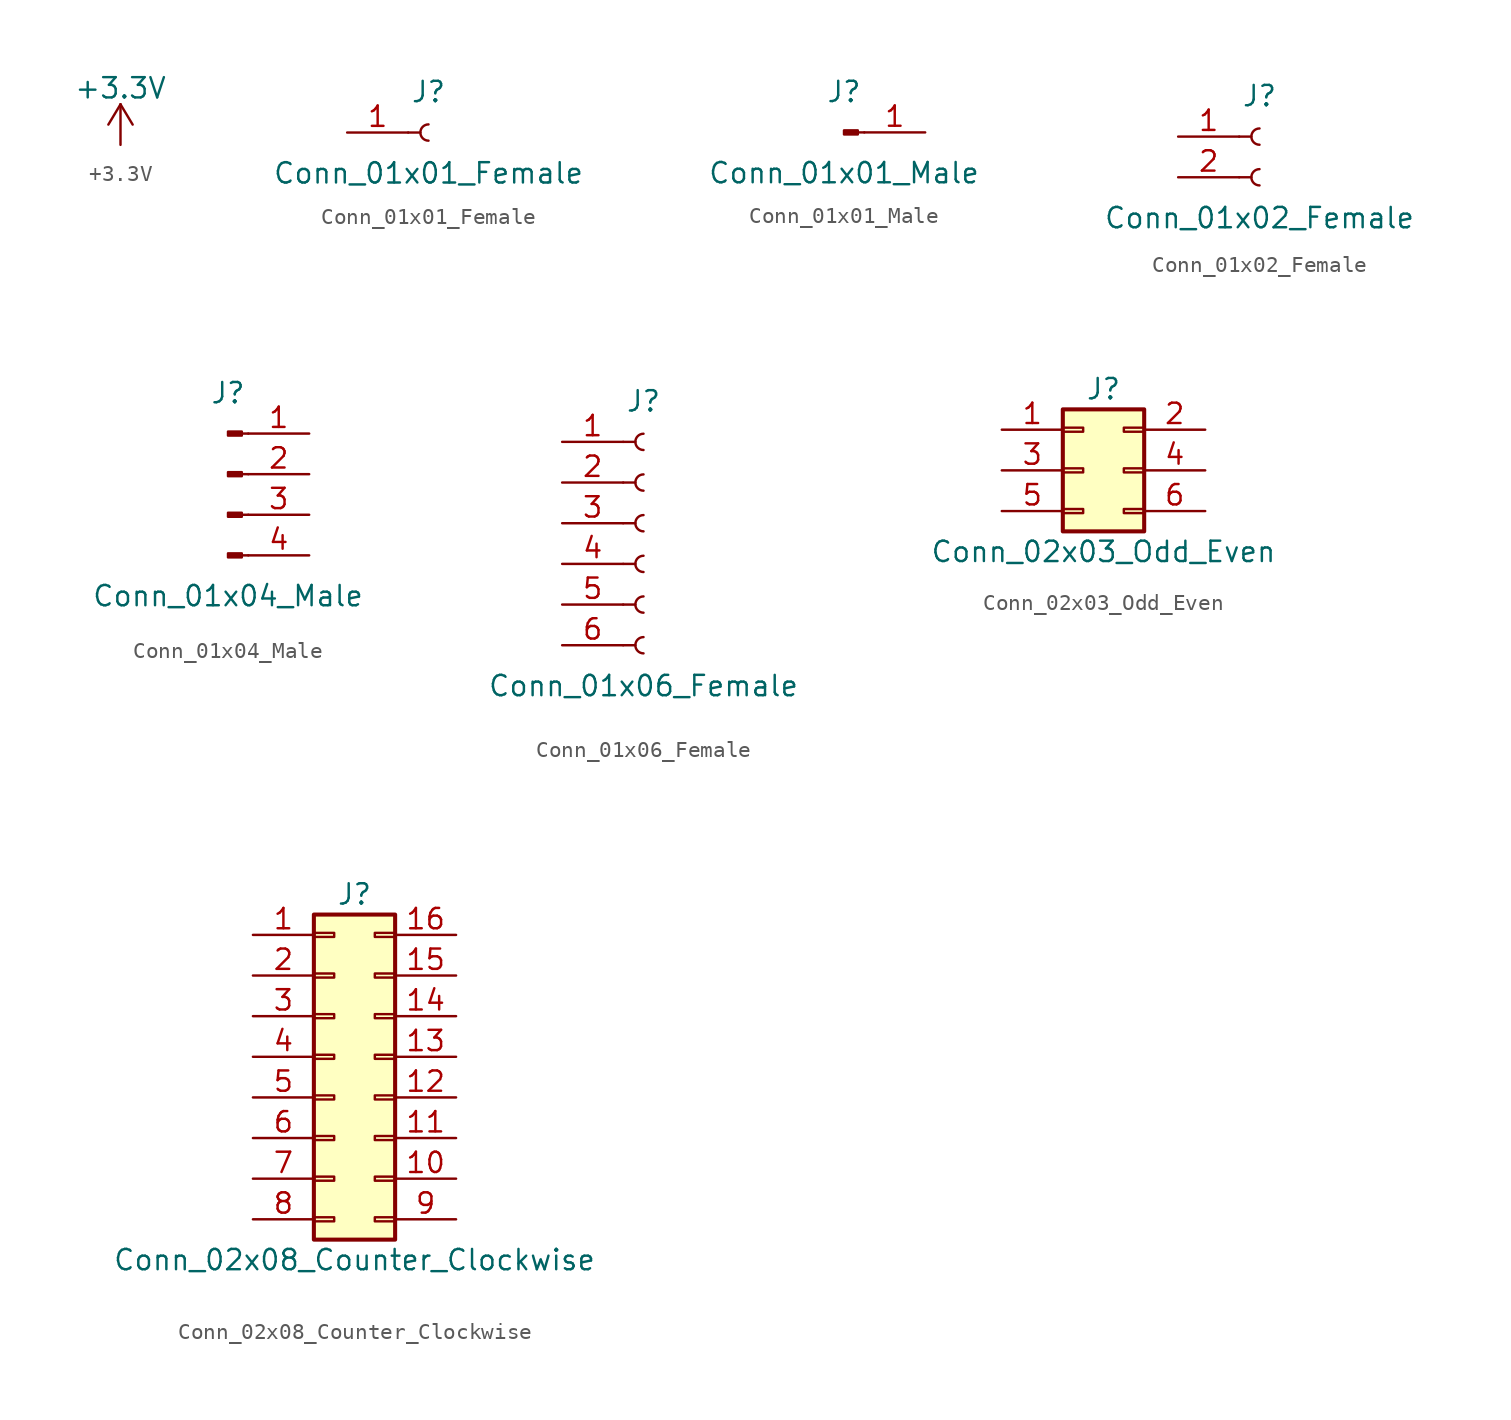
<source format=kicad_sym>
(kicad_symbol_lib
  (version 20231120)
  (generator "kicad_symbol_editor")
  (generator_version "8.0")
  (symbol "+3.3V"
    (power)
    (pin_names
      (offset 0))
    (property "Reference" "#PWR"
      (at 0 -3.81 0)
      (effects (font (size 1.27 1.27)) (hide yes)))
    (property "Value" "+3.3V"
      (at 0 3.556 0)
      (effects (font (size 1.27 1.27))))
    (symbol "+3.3V_0_1"
      (polyline (pts (xy -0.762 1.27) (xy 0 2.54)) (stroke (width 0) (type default)) (fill (type none)))
      (polyline (pts (xy 0 0) (xy 0 2.54)) (stroke (width 0) (type default)) (fill (type none)))
      (polyline (pts (xy 0 2.54) (xy 0.762 1.27)) (stroke (width 0) (type default)) (fill (type none))))
    (symbol "+3.3V_1_1"
      (pin power_in line (at 0 0 90) (length 0) hide (name "+3V3" (effects (font (size 1.27 1.27)))) (number "1" (effects (font (size 1.27 1.27)))))))
  (symbol "Conn_01x01_Female"
    (pin_names
      (offset 1.016) hide)
    (property "Reference" "J"
      (at 0 2.54 0)
      (effects (font (size 1.27 1.27))))
    (property "Value" "Conn_01x01_Female"
      (at 0 -2.54 0)
      (effects (font (size 1.27 1.27))))
    (symbol "Conn_01x01_Female_1_1"
      (polyline (pts (xy -1.27 0) (xy -0.508 0)) (stroke (width 0.152) (type default)) (fill (type none)))
      (arc (start 0 0.508) (mid -0.5058 0) (end 0 -0.508) (stroke (width 0.1524) (type default)) (fill (type none)))
      (pin passive line (at -5.08 0 0) (length 3.81) (name "Pin_1" (effects (font (size 1.27 1.27)))) (number "1" (effects (font (size 1.27 1.27)))))))
  (symbol "Conn_01x01_Male"
    (pin_names
      (offset 1.016) hide)
    (property "Reference" "J"
      (at 0 2.54 0)
      (effects (font (size 1.27 1.27))))
    (property "Value" "Conn_01x01_Male"
      (at 0 -2.54 0)
      (effects (font (size 1.27 1.27))))
    (symbol "Conn_01x01_Male_1_1"
      (polyline (pts (xy 1.27 0) (xy 0.864 0)) (stroke (width 0.152) (type default)) (fill (type none)))
      (rectangle (start 0.864 0.127) (end 0 -0.127) (stroke (width 0.152) (type default)) (fill (type outline)))
      (pin passive line (at 5.08 0 180) (length 3.81) (name "Pin_1" (effects (font (size 1.27 1.27)))) (number "1" (effects (font (size 1.27 1.27)))))))
  (symbol "Conn_01x02_Female"
    (pin_names
      (offset 1.016) hide)
    (property "Reference" "J"
      (at 0 2.54 0)
      (effects (font (size 1.27 1.27))))
    (property "Value" "Conn_01x02_Female"
      (at 0 -5.08 0)
      (effects (font (size 1.27 1.27))))
    (symbol "Conn_01x02_Female_1_1"
      (arc (start 0 -2.032) (mid -0.5058 -2.54) (end 0 -3.048) (stroke (width 0.1524) (type default)) (fill (type none)))
      (polyline (pts (xy -1.27 -2.54) (xy -0.508 -2.54)) (stroke (width 0.152) (type default)) (fill (type none)))
      (polyline (pts (xy -1.27 0) (xy -0.508 0)) (stroke (width 0.152) (type default)) (fill (type none)))
      (arc (start 0 0.508) (mid -0.5058 0) (end 0 -0.508) (stroke (width 0.1524) (type default)) (fill (type none)))
      (pin passive line (at -5.08 0 0) (length 3.81) (name "Pin_1" (effects (font (size 1.27 1.27)))) (number "1" (effects (font (size 1.27 1.27)))))
      (pin passive line (at -5.08 -2.54 0) (length 3.81) (name "Pin_2" (effects (font (size 1.27 1.27)))) (number "2" (effects (font (size 1.27 1.27)))))))
  (symbol "Conn_01x04_Male"
    (pin_names
      (offset 1.016) hide)
    (property "Reference" "J"
      (at 0 5.08 0)
      (effects (font (size 1.27 1.27))))
    (property "Value" "Conn_01x04_Male"
      (at 0 -7.62 0)
      (effects (font (size 1.27 1.27))))
    (symbol "Conn_01x04_Male_1_1"
      (polyline (pts (xy 1.27 -5.08) (xy 0.864 -5.08)) (stroke (width 0.152) (type default)) (fill (type none)))
      (polyline (pts (xy 1.27 -2.54) (xy 0.864 -2.54)) (stroke (width 0.152) (type default)) (fill (type none)))
      (polyline (pts (xy 1.27 0) (xy 0.864 0)) (stroke (width 0.152) (type default)) (fill (type none)))
      (polyline (pts (xy 1.27 2.54) (xy 0.864 2.54)) (stroke (width 0.152) (type default)) (fill (type none)))
      (rectangle (start 0.864 -4.953) (end 0 -5.207) (stroke (width 0.152) (type default)) (fill (type outline)))
      (rectangle (start 0.864 -2.413) (end 0 -2.667) (stroke (width 0.152) (type default)) (fill (type outline)))
      (rectangle (start 0.864 0.127) (end 0 -0.127) (stroke (width 0.152) (type default)) (fill (type outline)))
      (rectangle (start 0.864 2.667) (end 0 2.413) (stroke (width 0.152) (type default)) (fill (type outline)))
      (pin passive line (at 5.08 2.54 180) (length 3.81) (name "Pin_1" (effects (font (size 1.27 1.27)))) (number "1" (effects (font (size 1.27 1.27)))))
      (pin passive line (at 5.08 0 180) (length 3.81) (name "Pin_2" (effects (font (size 1.27 1.27)))) (number "2" (effects (font (size 1.27 1.27)))))
      (pin passive line (at 5.08 -2.54 180) (length 3.81) (name "Pin_3" (effects (font (size 1.27 1.27)))) (number "3" (effects (font (size 1.27 1.27)))))
      (pin passive line (at 5.08 -5.08 180) (length 3.81) (name "Pin_4" (effects (font (size 1.27 1.27)))) (number "4" (effects (font (size 1.27 1.27)))))))
  (symbol "Conn_01x06_Female"
    (pin_names
      (offset 1.016) hide)
    (property "Reference" "J"
      (at 0 7.62 0)
      (effects (font (size 1.27 1.27))))
    (property "Value" "Conn_01x06_Female"
      (at 0 -10.16 0)
      (effects (font (size 1.27 1.27))))
    (symbol "Conn_01x06_Female_1_1"
      (arc (start 0 -7.112) (mid -0.5058 -7.62) (end 0 -8.128) (stroke (width 0.1524) (type default)) (fill (type none)))
      (arc (start 0 -4.572) (mid -0.5058 -5.08) (end 0 -5.588) (stroke (width 0.1524) (type default)) (fill (type none)))
      (arc (start 0 -2.032) (mid -0.5058 -2.54) (end 0 -3.048) (stroke (width 0.1524) (type default)) (fill (type none)))
      (polyline (pts (xy -1.27 -7.62) (xy -0.508 -7.62)) (stroke (width 0.152) (type default)) (fill (type none)))
      (polyline (pts (xy -1.27 -5.08) (xy -0.508 -5.08)) (stroke (width 0.152) (type default)) (fill (type none)))
      (polyline (pts (xy -1.27 -2.54) (xy -0.508 -2.54)) (stroke (width 0.152) (type default)) (fill (type none)))
      (polyline (pts (xy -1.27 0) (xy -0.508 0)) (stroke (width 0.152) (type default)) (fill (type none)))
      (polyline (pts (xy -1.27 2.54) (xy -0.508 2.54)) (stroke (width 0.152) (type default)) (fill (type none)))
      (polyline (pts (xy -1.27 5.08) (xy -0.508 5.08)) (stroke (width 0.152) (type default)) (fill (type none)))
      (arc (start 0 0.508) (mid -0.5058 0) (end 0 -0.508) (stroke (width 0.1524) (type default)) (fill (type none)))
      (arc (start 0 3.048) (mid -0.5058 2.54) (end 0 2.032) (stroke (width 0.1524) (type default)) (fill (type none)))
      (arc (start 0 5.588) (mid -0.5058 5.08) (end 0 4.572) (stroke (width 0.1524) (type default)) (fill (type none)))
      (pin passive line (at -5.08 5.08 0) (length 3.81) (name "Pin_1" (effects (font (size 1.27 1.27)))) (number "1" (effects (font (size 1.27 1.27)))))
      (pin passive line (at -5.08 2.54 0) (length 3.81) (name "Pin_2" (effects (font (size 1.27 1.27)))) (number "2" (effects (font (size 1.27 1.27)))))
      (pin passive line (at -5.08 0 0) (length 3.81) (name "Pin_3" (effects (font (size 1.27 1.27)))) (number "3" (effects (font (size 1.27 1.27)))))
      (pin passive line (at -5.08 -2.54 0) (length 3.81) (name "Pin_4" (effects (font (size 1.27 1.27)))) (number "4" (effects (font (size 1.27 1.27)))))
      (pin passive line (at -5.08 -5.08 0) (length 3.81) (name "Pin_5" (effects (font (size 1.27 1.27)))) (number "5" (effects (font (size 1.27 1.27)))))
      (pin passive line (at -5.08 -7.62 0) (length 3.81) (name "Pin_6" (effects (font (size 1.27 1.27)))) (number "6" (effects (font (size 1.27 1.27)))))))
  (symbol "Conn_02x03_Odd_Even"
    (pin_names
      (offset 1.016) hide)
    (property "Reference" "J"
      (at 1.27 5.08 0)
      (effects (font (size 1.27 1.27))))
    (property "Value" "Conn_02x03_Odd_Even"
      (at 1.27 -5.08 0)
      (effects (font (size 1.27 1.27))))
    (symbol "Conn_02x03_Odd_Even_1_1"
      (rectangle (start -1.27 -2.413) (end 0 -2.667) (stroke (width 0.152) (type default)) (fill (type none)))
      (rectangle (start -1.27 0.127) (end 0 -0.127) (stroke (width 0.152) (type default)) (fill (type none)))
      (rectangle (start -1.27 2.667) (end 0 2.413) (stroke (width 0.152) (type default)) (fill (type none)))
      (rectangle (start -1.27 3.81) (end 3.81 -3.81) (stroke (width 0.254) (type default)) (fill (type background)))
      (rectangle (start 3.81 -2.413) (end 2.54 -2.667) (stroke (width 0.152) (type default)) (fill (type none)))
      (rectangle (start 3.81 0.127) (end 2.54 -0.127) (stroke (width 0.152) (type default)) (fill (type none)))
      (rectangle (start 3.81 2.667) (end 2.54 2.413) (stroke (width 0.152) (type default)) (fill (type none)))
      (pin passive line (at -5.08 2.54 0) (length 3.81) (name "Pin_1" (effects (font (size 1.27 1.27)))) (number "1" (effects (font (size 1.27 1.27)))))
      (pin passive line (at 7.62 2.54 180) (length 3.81) (name "Pin_2" (effects (font (size 1.27 1.27)))) (number "2" (effects (font (size 1.27 1.27)))))
      (pin passive line (at -5.08 0 0) (length 3.81) (name "Pin_3" (effects (font (size 1.27 1.27)))) (number "3" (effects (font (size 1.27 1.27)))))
      (pin passive line (at 7.62 0 180) (length 3.81) (name "Pin_4" (effects (font (size 1.27 1.27)))) (number "4" (effects (font (size 1.27 1.27)))))
      (pin passive line (at -5.08 -2.54 0) (length 3.81) (name "Pin_5" (effects (font (size 1.27 1.27)))) (number "5" (effects (font (size 1.27 1.27)))))
      (pin passive line (at 7.62 -2.54 180) (length 3.81) (name "Pin_6" (effects (font (size 1.27 1.27)))) (number "6" (effects (font (size 1.27 1.27)))))))
  (symbol "Conn_02x08_Counter_Clockwise"
    (pin_names
      (offset 1.016) hide)
    (property "Reference" "J"
      (at 1.27 10.16 0)
      (effects (font (size 1.27 1.27))))
    (property "Value" "Conn_02x08_Counter_Clockwise"
      (at 1.27 -12.7 0)
      (effects (font (size 1.27 1.27))))
    (symbol "Conn_02x08_Counter_Clockwise_1_1"
      (rectangle (start -1.27 -10.033) (end 0 -10.287) (stroke (width 0.152) (type default)) (fill (type none)))
      (rectangle (start -1.27 -7.493) (end 0 -7.747) (stroke (width 0.152) (type default)) (fill (type none)))
      (rectangle (start -1.27 -4.953) (end 0 -5.207) (stroke (width 0.152) (type default)) (fill (type none)))
      (rectangle (start -1.27 -2.413) (end 0 -2.667) (stroke (width 0.152) (type default)) (fill (type none)))
      (rectangle (start -1.27 0.127) (end 0 -0.127) (stroke (width 0.152) (type default)) (fill (type none)))
      (rectangle (start -1.27 2.667) (end 0 2.413) (stroke (width 0.152) (type default)) (fill (type none)))
      (rectangle (start -1.27 5.207) (end 0 4.953) (stroke (width 0.152) (type default)) (fill (type none)))
      (rectangle (start -1.27 7.747) (end 0 7.493) (stroke (width 0.152) (type default)) (fill (type none)))
      (rectangle (start -1.27 8.89) (end 3.81 -11.43) (stroke (width 0.254) (type default)) (fill (type background)))
      (rectangle (start 3.81 -10.033) (end 2.54 -10.287) (stroke (width 0.152) (type default)) (fill (type none)))
      (rectangle (start 3.81 -7.493) (end 2.54 -7.747) (stroke (width 0.152) (type default)) (fill (type none)))
      (rectangle (start 3.81 -4.953) (end 2.54 -5.207) (stroke (width 0.152) (type default)) (fill (type none)))
      (rectangle (start 3.81 -2.413) (end 2.54 -2.667) (stroke (width 0.152) (type default)) (fill (type none)))
      (rectangle (start 3.81 0.127) (end 2.54 -0.127) (stroke (width 0.152) (type default)) (fill (type none)))
      (rectangle (start 3.81 2.667) (end 2.54 2.413) (stroke (width 0.152) (type default)) (fill (type none)))
      (rectangle (start 3.81 5.207) (end 2.54 4.953) (stroke (width 0.152) (type default)) (fill (type none)))
      (rectangle (start 3.81 7.747) (end 2.54 7.493) (stroke (width 0.152) (type default)) (fill (type none)))
      (pin passive line (at -5.08 7.62 0) (length 3.81) (name "Pin_1" (effects (font (size 1.27 1.27)))) (number "1" (effects (font (size 1.27 1.27)))))
      (pin passive line (at 7.62 -7.62 180) (length 3.81) (name "Pin_10" (effects (font (size 1.27 1.27)))) (number "10" (effects (font (size 1.27 1.27)))))
      (pin passive line (at 7.62 -5.08 180) (length 3.81) (name "Pin_11" (effects (font (size 1.27 1.27)))) (number "11" (effects (font (size 1.27 1.27)))))
      (pin passive line (at 7.62 -2.54 180) (length 3.81) (name "Pin_12" (effects (font (size 1.27 1.27)))) (number "12" (effects (font (size 1.27 1.27)))))
      (pin passive line (at 7.62 0 180) (length 3.81) (name "Pin_13" (effects (font (size 1.27 1.27)))) (number "13" (effects (font (size 1.27 1.27)))))
      (pin passive line (at 7.62 2.54 180) (length 3.81) (name "Pin_14" (effects (font (size 1.27 1.27)))) (number "14" (effects (font (size 1.27 1.27)))))
      (pin passive line (at 7.62 5.08 180) (length 3.81) (name "Pin_15" (effects (font (size 1.27 1.27)))) (number "15" (effects (font (size 1.27 1.27)))))
      (pin passive line (at 7.62 7.62 180) (length 3.81) (name "Pin_16" (effects (font (size 1.27 1.27)))) (number "16" (effects (font (size 1.27 1.27)))))
      (pin passive line (at -5.08 5.08 0) (length 3.81) (name "Pin_2" (effects (font (size 1.27 1.27)))) (number "2" (effects (font (size 1.27 1.27)))))
      (pin passive line (at -5.08 2.54 0) (length 3.81) (name "Pin_3" (effects (font (size 1.27 1.27)))) (number "3" (effects (font (size 1.27 1.27)))))
      (pin passive line (at -5.08 0 0) (length 3.81) (name "Pin_4" (effects (font (size 1.27 1.27)))) (number "4" (effects (font (size 1.27 1.27)))))
      (pin passive line (at -5.08 -2.54 0) (length 3.81) (name "Pin_5" (effects (font (size 1.27 1.27)))) (number "5" (effects (font (size 1.27 1.27)))))
      (pin passive line (at -5.08 -5.08 0) (length 3.81) (name "Pin_6" (effects (font (size 1.27 1.27)))) (number "6" (effects (font (size 1.27 1.27)))))
      (pin passive line (at -5.08 -7.62 0) (length 3.81) (name "Pin_7" (effects (font (size 1.27 1.27)))) (number "7" (effects (font (size 1.27 1.27)))))
      (pin passive line (at -5.08 -10.16 0) (length 3.81) (name "Pin_8" (effects (font (size 1.27 1.27)))) (number "8" (effects (font (size 1.27 1.27)))))
      (pin passive line (at 7.62 -10.16 180) (length 3.81) (name "Pin_9" (effects (font (size 1.27 1.27)))) (number "9" (effects (font (size 1.27 1.27))))))))
</source>
